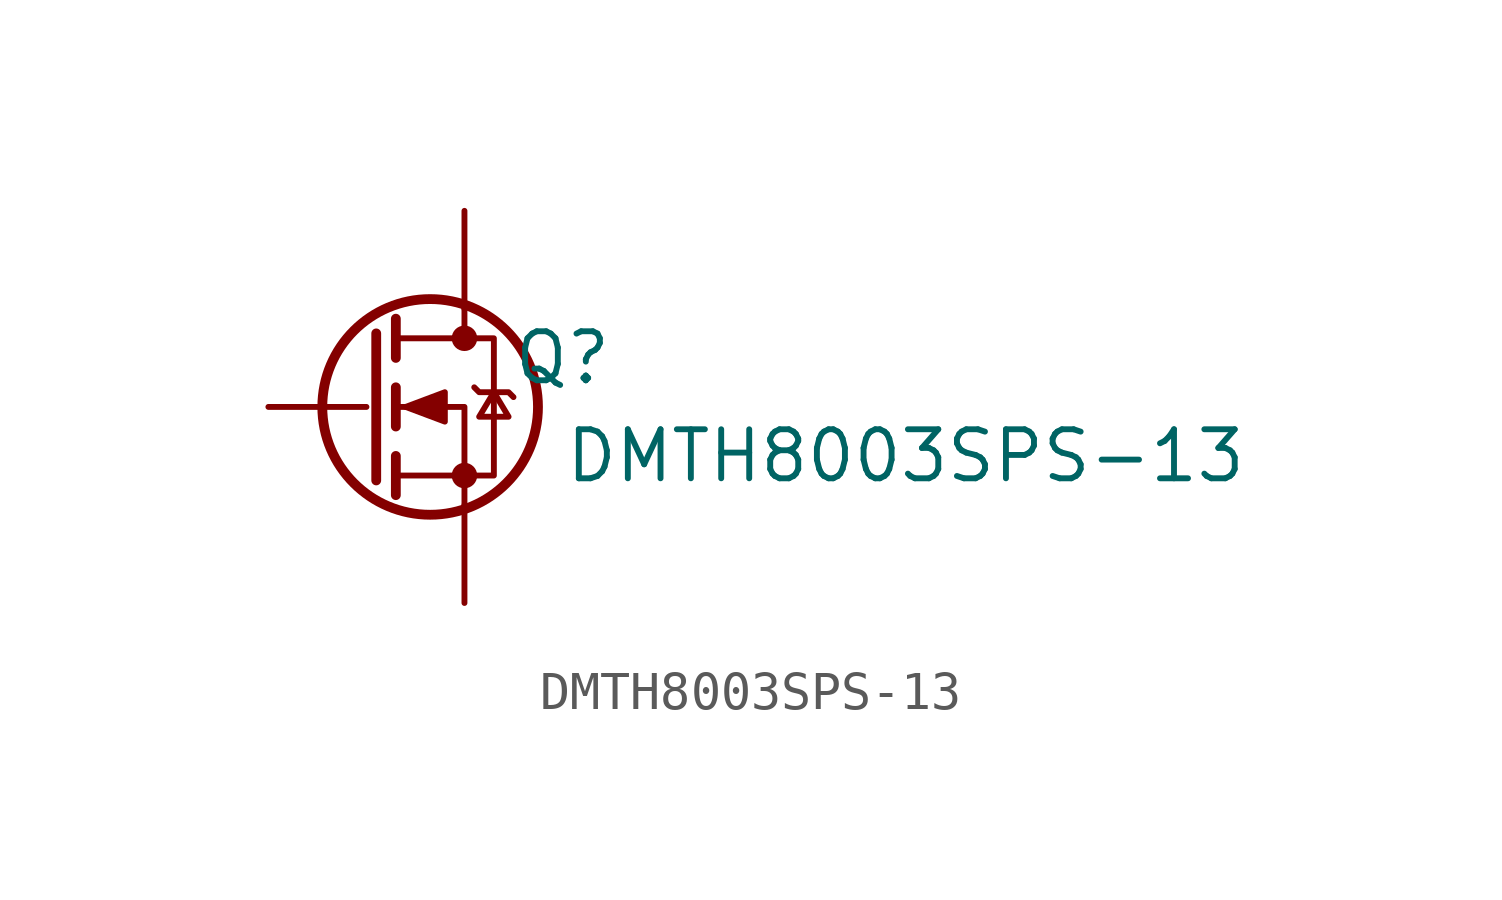
<source format=kicad_sym>
(kicad_symbol_lib
  (version 20220914)
  (generator kicad_symbol_editor)
  (symbol "DMTH8003SPS-13"
    (pin_numbers hide)
    (pin_names hide)
    (property "Reference" "Q"
      (at 3.81 1.27 0)
      (effects (font (size 1.27 1.27))))
    (property "Value" "DMTH8003SPS-13"
      (at 12.7 -1.27 0)
      (effects (font (size 1.27 1.27))))
    (symbol "DMTH8003SPS-13_0_1"
      (polyline (pts (xy -1.016 1.905) (xy -1.016 -1.905)) (stroke (width 0.254) (type default)) (fill (type none)))
      (polyline (pts (xy -0.508 -1.27) (xy -0.508 -2.286)) (stroke (width 0.254) (type default)) (fill (type none)))
      (polyline (pts (xy -0.508 0.508) (xy -0.508 -0.508)) (stroke (width 0.254) (type default)) (fill (type none)))
      (polyline (pts (xy -0.508 2.286) (xy -0.508 1.27)) (stroke (width 0.254) (type default)) (fill (type none)))
      (polyline (pts (xy 1.27 2.54) (xy 1.27 1.778)) (stroke (width 0) (type default)) (fill (type none)))
      (polyline (pts (xy 1.27 -2.54) (xy 1.27 0) (xy -0.508 0)) (stroke (width 0) (type default)) (fill (type none)))
      (polyline (pts (xy -0.508 -1.778) (xy 2.032 -1.778) (xy 2.032 1.778) (xy -0.508 1.778)) (stroke (width 0) (type default)) (fill (type none)))
      (polyline (pts (xy -0.254 0) (xy 0.762 0.381) (xy 0.762 -0.381) (xy -0.254 0)) (stroke (width 0) (type default)) (fill (type outline)))
      (polyline (pts (xy 1.524 0.508) (xy 1.651 0.381) (xy 2.413 0.381) (xy 2.54 0.254)) (stroke (width 0) (type default)) (fill (type none)))
      (polyline (pts (xy 2.032 0.381) (xy 1.651 -0.254) (xy 2.413 -0.254) (xy 2.032 0.381)) (stroke (width 0) (type default)) (fill (type none)))
      (circle (center 0.381 0) (radius 2.794) (stroke (width 0.254) (type default)) (fill (type none)))
      (circle (center 1.27 -1.778) (radius 0.254) (stroke (width 0) (type default)) (fill (type outline)))
      (circle (center 1.27 1.778) (radius 0.254) (stroke (width 0) (type default)) (fill (type outline))))
    (symbol "DMTH8003SPS-13_1_1"
      (pin passive line (at 1.27 -5.08 90) (length 2.54) (name "S" (effects (font (size 1.27 1.27)))) (number "1" (effects (font (size 1.27 1.27)))))
      (pin passive line (at 1.27 -5.08 90) (length 2.54) hide (name "S" (effects (font (size 1.27 1.27)))) (number "2" (effects (font (size 1.27 1.27)))))
      (pin passive line (at 1.27 -5.08 90) (length 2.54) hide (name "S" (effects (font (size 1.27 1.27)))) (number "3" (effects (font (size 1.27 1.27)))))
      (pin passive line (at -3.81 0 0) (length 2.54) (name "G" (effects (font (size 1.27 1.27)))) (number "4" (effects (font (size 1.27 1.27)))))
      (pin passive line (at 1.27 5.08 270) (length 2.54) (name "D" (effects (font (size 1.27 1.27)))) (number "5" (effects (font (size 1.27 1.27)))))
      (pin passive line (at 1.27 5.08 270) (length 2.54) hide (name "D" (effects (font (size 1.27 1.27)))) (number "6" (effects (font (size 1.27 1.27)))))
      (pin passive line (at 1.27 5.08 270) (length 2.54) hide (name "D" (effects (font (size 1.27 1.27)))) (number "7" (effects (font (size 1.27 1.27)))))
      (pin passive line (at 1.27 5.08 270) (length 2.54) hide (name "D" (effects (font (size 1.27 1.27)))) (number "8" (effects (font (size 1.27 1.27))))))))
</source>
